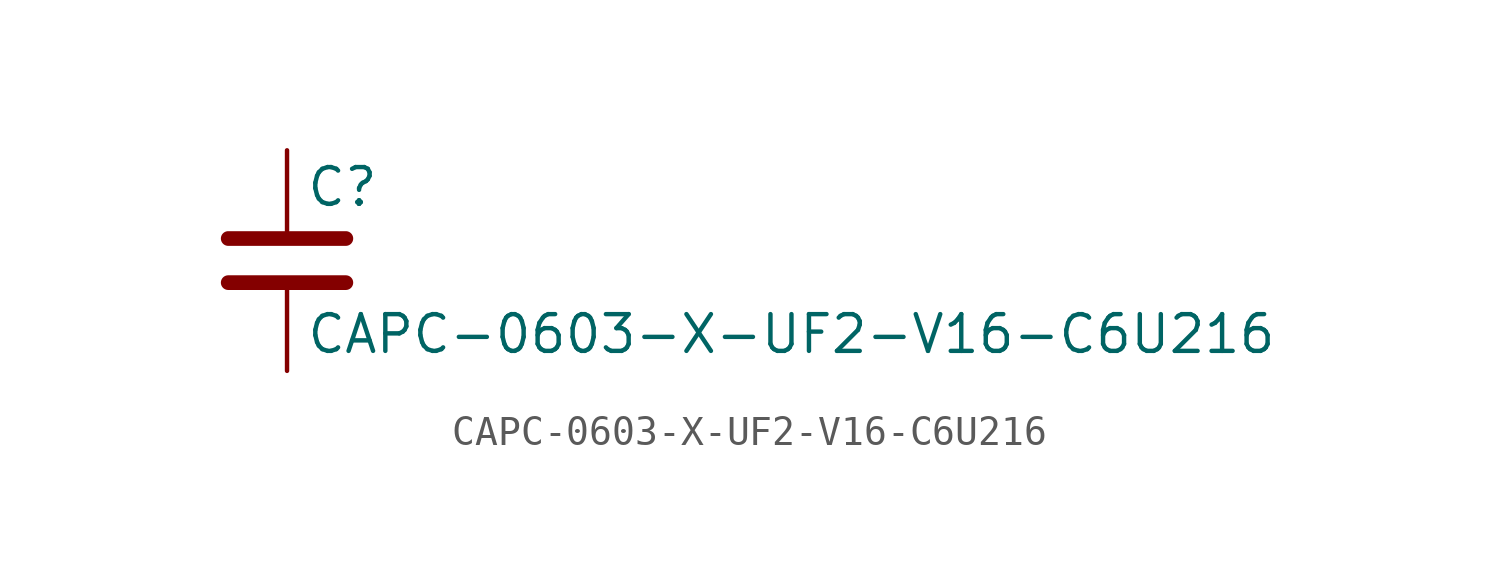
<source format=kicad_sym>
(kicad_symbol_lib
  (version 20211014)
  (generator kicad_symbol_editor)
  (symbol "CAPC-0603-X-UF2-V16-C6U216"
    (pin_numbers hide)
    (pin_names
      (offset 0.254))
    (property "Reference" "C"
      (at 0.635 2.54 0)
      (effects (font (size 1.27 1.27)) (justify left)))
    (property "Value" "CAPC-0603-X-UF2-V16-C6U216"
      (at 0.635 -2.54 0)
      (effects (font (size 1.27 1.27)) (justify left)))
    (symbol "CAPC-0603-X-UF2-V16-C6U216_0_1"
      (polyline (pts (xy -2.032 -0.762) (xy 2.032 -0.762)) (stroke (width 0.508) (type default) (color 0 0 0 0)) (fill (type none)))
      (polyline (pts (xy -2.032 0.762) (xy 2.032 0.762)) (stroke (width 0.508) (type default) (color 0 0 0 0)) (fill (type none))))
    (symbol "CAPC-0603-X-UF2-V16-C6U216_1_1"
      (pin passive line (at 0 3.81 270) (length 2.794) (name "~" (effects (font (size 1.27 1.27)))) (number "1" (effects (font (size 1.27 1.27)))))
      (pin passive line (at 0 -3.81 90) (length 2.794) (name "~" (effects (font (size 1.27 1.27)))) (number "2" (effects (font (size 1.27 1.27))))))))
</source>
